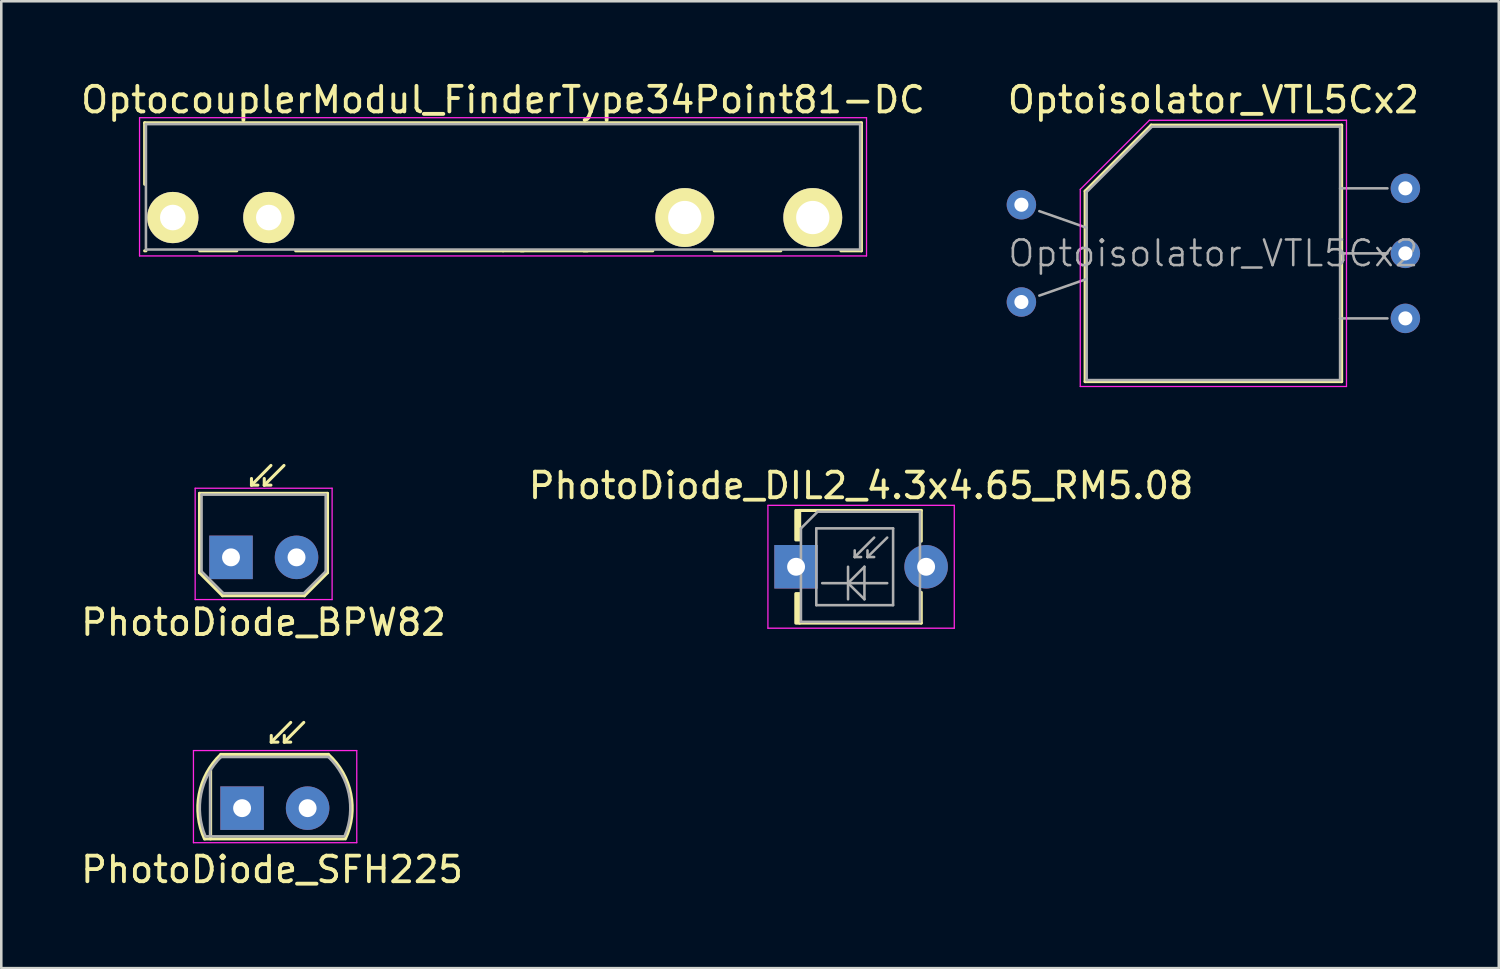
<source format=kicad_pcb>
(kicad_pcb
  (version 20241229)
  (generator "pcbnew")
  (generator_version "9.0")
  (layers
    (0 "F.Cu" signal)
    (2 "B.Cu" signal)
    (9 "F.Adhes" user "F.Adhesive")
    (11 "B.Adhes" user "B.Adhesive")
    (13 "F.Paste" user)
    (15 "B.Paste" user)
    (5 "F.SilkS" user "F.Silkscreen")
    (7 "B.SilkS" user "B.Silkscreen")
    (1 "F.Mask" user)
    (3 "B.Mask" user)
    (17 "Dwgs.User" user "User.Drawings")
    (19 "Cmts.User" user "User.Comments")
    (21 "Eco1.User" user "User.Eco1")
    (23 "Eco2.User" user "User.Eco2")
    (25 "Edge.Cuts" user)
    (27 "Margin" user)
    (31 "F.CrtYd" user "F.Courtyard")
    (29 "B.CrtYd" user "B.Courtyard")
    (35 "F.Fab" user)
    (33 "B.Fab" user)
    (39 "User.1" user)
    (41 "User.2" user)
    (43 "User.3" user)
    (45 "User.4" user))
  (footprint "OptocouplerModul_FinderType34Point81-DC"
    (layer "F.Cu")
    (at 7.451 5.448)
    (property "Reference" "OptocouplerModul_FinderType34Point81-DC" (at 9.15 -4.6 0) (layer "F.SilkS") (effects (font (size 1 1) (thickness 0.15))))
    (attr through_hole)
    (fp_line (start -4.85 -3.7) (end -4.85 -1.3) (stroke (width 0.12) (type solid)) (layer "F.SilkS"))
    (fp_line (start -4.85 1.3) (end -4.8 1.3) (stroke (width 0.12) (type solid)) (layer "F.SilkS"))
    (fp_line (start -2.7 1.3) (end -1.25 1.3) (stroke (width 0.12) (type solid)) (layer "F.SilkS"))
    (fp_line (start 1.05 1.3) (end 9.15 1.3) (stroke (width 0.12) (type solid)) (layer "F.SilkS"))
    (fp_line (start 9.15 1.3) (end 9.95 1.3) (stroke (width 0.12) (type solid)) (layer "F.SilkS"))
    (fp_line (start 12.3 1.3) (end 15 1.3) (stroke (width 0.12) (type solid)) (layer "F.SilkS"))
    (fp_line (start 12.45 1.3) (end 9.85 1.3) (stroke (width 0.12) (type solid)) (layer "F.SilkS"))
    (fp_line (start 17.4 1.3) (end 20 1.3) (stroke (width 0.12) (type solid)) (layer "F.SilkS"))
    (fp_line (start 22.35 1.3) (end 23.15 1.3) (stroke (width 0.12) (type solid)) (layer "F.SilkS"))
    (fp_line (start 23.15 -3.7) (end -4.85 -3.7) (stroke (width 0.12) (type solid)) (layer "F.SilkS"))
    (fp_line (start 23.15 1.3) (end 23.15 -3.7) (stroke (width 0.12) (type solid)) (layer "F.SilkS"))
    (fp_line (start -5.05 -3.9) (end -5.05 1.5) (stroke (width 0.05) (type solid)) (layer "F.CrtYd"))
    (fp_line (start -5.05 -3.9) (end 23.35 -3.9) (stroke (width 0.05) (type solid)) (layer "F.CrtYd"))
    (fp_line (start 23.35 1.5) (end -5.05 1.5) (stroke (width 0.05) (type solid)) (layer "F.CrtYd"))
    (fp_line (start 23.35 1.5) (end 23.35 -3.9) (stroke (width 0.05) (type solid)) (layer "F.CrtYd"))
    (fp_line (start -4.8 -3.65) (end -4.8 1.25) (stroke (width 0.1) (type solid)) (layer "F.Fab"))
    (fp_line (start -4.8 1.25) (end 23.1 1.25) (stroke (width 0.1) (type solid)) (layer "F.Fab"))
    (fp_line (start 23.1 -3.65) (end -4.8 -3.65) (stroke (width 0.1) (type solid)) (layer "F.Fab"))
    (fp_line (start 23.1 1.25) (end 23.1 -3.65) (stroke (width 0.1) (type solid)) (layer "F.Fab"))
    (pad "11" thru_hole circle (at 16.25 0) (size 2.3 2.3) (drill 1.3) (layers "*.Cu" "*.Mask" "F.SilkS"))
    (pad "14" thru_hole circle (at 21.25 0) (size 2.3 2.3) (drill 1.3) (layers "*.Cu" "*.Mask" "F.SilkS"))
    (pad "A1" thru_hole circle (at 0 0) (size 2 2) (drill 1) (layers "*.Cu" "*.Mask" "F.SilkS"))
    (pad "A2" thru_hole circle (at -3.75 0) (size 2 2) (drill 1) (layers "*.Cu" "*.Mask" "F.SilkS")))
  (footprint "PhotoDiode_BPW82"
    (layer "F.Cu")
    (at 5.974 18.723)
    (property "Reference" "PhotoDiode_BPW82" (at 1.27 2.54 0) (layer "F.SilkS") (effects (font (size 1 1) (thickness 0.15))))
    (attr through_hole)
    (fp_line (start -1.23 -2.5) (end -1.23 0.6) (stroke (width 0.12) (type solid)) (layer "F.SilkS"))
    (fp_line (start -1.23 -2.5) (end 3.77 -2.5) (stroke (width 0.12) (type solid)) (layer "F.SilkS"))
    (fp_line (start -1.23 0.6) (end -0.33 1.5) (stroke (width 0.12) (type solid)) (layer "F.SilkS"))
    (fp_line (start -0.33 1.5) (end 2.87 1.5) (stroke (width 0.12) (type solid)) (layer "F.SilkS"))
    (fp_line (start 0.8 -2.82) (end 0.8 -3.08) (stroke (width 0.12) (type solid)) (layer "F.SilkS"))
    (fp_line (start 0.8 -2.82) (end 1.05 -2.82) (stroke (width 0.12) (type solid)) (layer "F.SilkS"))
    (fp_line (start 1.3 -2.82) (end 1.3 -3.08) (stroke (width 0.12) (type solid)) (layer "F.SilkS"))
    (fp_line (start 1.3 -2.82) (end 1.56 -2.82) (stroke (width 0.12) (type solid)) (layer "F.SilkS"))
    (fp_line (start 1.56 -3.59) (end 0.8 -2.82) (stroke (width 0.12) (type solid)) (layer "F.SilkS"))
    (fp_line (start 2.07 -3.59) (end 1.3 -2.82) (stroke (width 0.12) (type solid)) (layer "F.SilkS"))
    (fp_line (start 3.77 -2.5) (end 3.77 0.6) (stroke (width 0.12) (type solid)) (layer "F.SilkS"))
    (fp_line (start 3.77 0.6) (end 2.87 1.5) (stroke (width 0.12) (type solid)) (layer "F.SilkS"))
    (fp_line (start -1.4 -2.7) (end -1.4 1.65) (stroke (width 0.05) (type solid)) (layer "F.CrtYd"))
    (fp_line (start -1.4 -2.7) (end 3.95 -2.7) (stroke (width 0.05) (type solid)) (layer "F.CrtYd"))
    (fp_line (start 3.95 1.65) (end -1.4 1.65) (stroke (width 0.05) (type solid)) (layer "F.CrtYd"))
    (fp_line (start 3.95 1.65) (end 3.95 -2.7) (stroke (width 0.05) (type solid)) (layer "F.CrtYd"))
    (fp_line (start -1.15 -2.45) (end 3.7 -2.45) (stroke (width 0.1) (type solid)) (layer "F.Fab"))
    (fp_line (start -1.15 0.55) (end -1.15 -2.45) (stroke (width 0.1) (type solid)) (layer "F.Fab"))
    (fp_line (start -0.3 1.4) (end -1.15 0.55) (stroke (width 0.1) (type solid)) (layer "F.Fab"))
    (fp_line (start 2.85 1.4) (end -0.3 1.4) (stroke (width 0.1) (type solid)) (layer "F.Fab"))
    (fp_line (start 3.7 -2.45) (end 3.7 0.55) (stroke (width 0.1) (type solid)) (layer "F.Fab"))
    (fp_line (start 3.7 0.55) (end 2.85 1.4) (stroke (width 0.1) (type solid)) (layer "F.Fab"))
    (pad "1" thru_hole rect (at 0 0 180) (size 1.7 1.7) (drill 0.7) (layers "*.Cu" "*.Mask"))
    (pad "2" thru_hole circle (at 2.56 0 180) (size 1.7 1.7) (drill 0.7) (layers "*.Cu" "*.Mask")))
  (footprint "Optoisolator_VTL5Cx2"
    (layer "F.Cu")
    (at 36.851 4.948)
    (property "Reference" "Optoisolator_VTL5Cx2" (at 7.5 -4.1 0) (layer "F.SilkS") (effects (font (size 1 1) (thickness 0.15))))
    (attr through_hole)
    (fp_line (start 2.49 -0.53) (end 2.49 6.91) (stroke (width 0.12) (type solid)) (layer "F.SilkS"))
    (fp_line (start 2.49 6.91) (end 12.51 6.91) (stroke (width 0.12) (type solid)) (layer "F.SilkS"))
    (fp_line (start 5.07 -3.11) (end 2.49 -0.53) (stroke (width 0.12) (type solid)) (layer "F.SilkS"))
    (fp_line (start 12.51 -3.11) (end 5.07 -3.11) (stroke (width 0.12) (type solid)) (layer "F.SilkS"))
    (fp_line (start 12.51 6.91) (end 12.51 -3.11) (stroke (width 0.12) (type solid)) (layer "F.SilkS"))
    (fp_line (start 2.3 -0.6) (end 5 -3.3) (stroke (width 0.05) (type solid)) (layer "F.CrtYd"))
    (fp_line (start 2.3 7.1) (end 2.3 -0.6) (stroke (width 0.05) (type solid)) (layer "F.CrtYd"))
    (fp_line (start 5 -3.3) (end 12.7 -3.3) (stroke (width 0.05) (type solid)) (layer "F.CrtYd"))
    (fp_line (start 12.7 -3.3) (end 12.7 7.1) (stroke (width 0.05) (type solid)) (layer "F.CrtYd"))
    (fp_line (start 12.7 7.1) (end 2.3 7.1) (stroke (width 0.05) (type solid)) (layer "F.CrtYd"))
    (fp_line (start 0.7 0.25) (end 2.55 0.9) (stroke (width 0.1) (type solid)) (layer "F.Fab"))
    (fp_line (start 0.7 3.55) (end 2.55 2.9) (stroke (width 0.1) (type solid)) (layer "F.Fab"))
    (fp_line (start 2.55 6.85) (end 2.55 -0.5) (stroke (width 0.1) (type solid)) (layer "F.Fab"))
    (fp_line (start 5.1 -3.05) (end 2.55 -0.5) (stroke (width 0.1) (type solid)) (layer "F.Fab"))
    (fp_line (start 5.1 -3.05) (end 12.45 -3.05) (stroke (width 0.1) (type solid)) (layer "F.Fab"))
    (fp_line (start 12.45 -3.05) (end 12.45 6.85) (stroke (width 0.1) (type solid)) (layer "F.Fab"))
    (fp_line (start 12.45 6.85) (end 2.55 6.85) (stroke (width 0.1) (type solid)) (layer "F.Fab"))
    (fp_line (start 14.3 -0.64) (end 12.45 -0.64) (stroke (width 0.1) (type solid)) (layer "F.Fab"))
    (fp_line (start 14.3 1.9) (end 12.45 1.9) (stroke (width 0.1) (type solid)) (layer "F.Fab"))
    (fp_line (start 14.3 4.44) (end 12.45 4.44) (stroke (width 0.1) (type solid)) (layer "F.Fab"))
    (fp_text user "${REFERENCE}" (at 7.5 1.9 0) (layer "F.Fab") (effects (font (size 1 1) (thickness 0.1))))
    (pad "1" thru_hole circle (at 0 0) (size 1.15 1.15) (drill 0.55) (layers "*.Cu" "*.Mask"))
    (pad "2" thru_hole circle (at 0 3.8) (size 1.15 1.15) (drill 0.55) (layers "*.Cu" "*.Mask"))
    (pad "3" thru_hole circle (at 15 -0.64) (size 1.15 1.15) (drill 0.55) (layers "*.Cu" "*.Mask"))
    (pad "4" thru_hole circle (at 15 1.9) (size 1.15 1.15) (drill 0.55) (layers "*.Cu" "*.Mask"))
    (pad "5" thru_hole circle (at 15 4.44) (size 1.15 1.15) (drill 0.55) (layers "*.Cu" "*.Mask")))
  (footprint "PhotoDiode_DIL2_4.3x4.65_RM5.08"
    (layer "F.Cu")
    (at 28.049 19.091)
    (property "Reference" "PhotoDiode_DIL2_4.3x4.65_RM5.08" (at 2.54 -3.17 0) (layer "F.SilkS") (effects (font (size 1 1) (thickness 0.15))))
    (attr through_hole)
    (fp_line (start -0.01 -1.05) (end -0.01 -2.2) (stroke (width 0.12) (type solid)) (layer "F.SilkS"))
    (fp_line (start -0.01 1.05) (end -0.01 2.2) (stroke (width 0.12) (type solid)) (layer "F.SilkS"))
    (fp_line (start 0.04 -2.2) (end 0.04 -1.05) (stroke (width 0.12) (type solid)) (layer "F.SilkS"))
    (fp_line (start 0.04 2.2) (end 0.04 1.05) (stroke (width 0.12) (type solid)) (layer "F.SilkS"))
    (fp_line (start 0.09 -2.2) (end 0.09 -1.05) (stroke (width 0.12) (type solid)) (layer "F.SilkS"))
    (fp_line (start 0.09 1.05) (end 0.09 2.2) (stroke (width 0.12) (type solid)) (layer "F.SilkS"))
    (fp_line (start 0.14 -2.2) (end 4.89 -2.2) (stroke (width 0.12) (type solid)) (layer "F.SilkS"))
    (fp_line (start 0.14 -1.05) (end 0.14 -2.2) (stroke (width 0.12) (type solid)) (layer "F.SilkS"))
    (fp_line (start 0.14 2.2) (end 0.14 1.05) (stroke (width 0.12) (type solid)) (layer "F.SilkS"))
    (fp_line (start 4.89 -2.2) (end 4.89 -1) (stroke (width 0.12) (type solid)) (layer "F.SilkS"))
    (fp_line (start 4.89 1) (end 4.89 2.2) (stroke (width 0.12) (type solid)) (layer "F.SilkS"))
    (fp_line (start 4.89 2.2) (end 0.14 2.2) (stroke (width 0.12) (type solid)) (layer "F.SilkS"))
    (fp_line (start -1.1 -2.4) (end -1.1 2.4) (stroke (width 0.05) (type solid)) (layer "F.CrtYd"))
    (fp_line (start -1.1 -2.4) (end 6.18 -2.4) (stroke (width 0.05) (type solid)) (layer "F.CrtYd"))
    (fp_line (start 6.18 2.4) (end -1.1 2.4) (stroke (width 0.05) (type solid)) (layer "F.CrtYd"))
    (fp_line (start 6.18 2.4) (end 6.18 -2.4) (stroke (width 0.05) (type solid)) (layer "F.CrtYd"))
    (fp_line (start 0.19 -1.5) (end 0.84 -2.15) (stroke (width 0.1) (type solid)) (layer "F.Fab"))
    (fp_line (start 0.19 2.15) (end 0.19 -1.5) (stroke (width 0.1) (type solid)) (layer "F.Fab"))
    (fp_line (start 0.79 -1.5) (end 0.79 1.5) (stroke (width 0.1) (type solid)) (layer "F.Fab"))
    (fp_line (start 0.79 1.5) (end 3.79 1.5) (stroke (width 0.1) (type solid)) (layer "F.Fab"))
    (fp_line (start 0.84 -2.15) (end 4.84 -2.15) (stroke (width 0.1) (type solid)) (layer "F.Fab"))
    (fp_line (start 1.02 0.64) (end 3.56 0.64) (stroke (width 0.1) (type solid)) (layer "F.Fab"))
    (fp_line (start 2.03 0) (end 2.03 1.27) (stroke (width 0.1) (type solid)) (layer "F.Fab"))
    (fp_line (start 2.03 0.64) (end 2.67 0) (stroke (width 0.1) (type solid)) (layer "F.Fab"))
    (fp_line (start 2.29 -0.38) (end 2.29 -0.64) (stroke (width 0.1) (type solid)) (layer "F.Fab"))
    (fp_line (start 2.29 -0.38) (end 2.54 -0.38) (stroke (width 0.1) (type solid)) (layer "F.Fab"))
    (fp_line (start 2.67 0) (end 2.67 1.27) (stroke (width 0.1) (type solid)) (layer "F.Fab"))
    (fp_line (start 2.67 1.27) (end 2.03 0.64) (stroke (width 0.1) (type solid)) (layer "F.Fab"))
    (fp_line (start 2.79 -0.38) (end 2.79 -0.64) (stroke (width 0.1) (type solid)) (layer "F.Fab"))
    (fp_line (start 2.79 -0.38) (end 3.05 -0.38) (stroke (width 0.1) (type solid)) (layer "F.Fab"))
    (fp_line (start 3.05 -1.14) (end 2.29 -0.38) (stroke (width 0.1) (type solid)) (layer "F.Fab"))
    (fp_line (start 3.56 -1.14) (end 2.79 -0.38) (stroke (width 0.1) (type solid)) (layer "F.Fab"))
    (fp_line (start 3.79 -1.5) (end 0.79 -1.5) (stroke (width 0.1) (type solid)) (layer "F.Fab"))
    (fp_line (start 3.79 1.5) (end 3.79 -1.5) (stroke (width 0.1) (type solid)) (layer "F.Fab"))
    (fp_line (start 4.84 -2.15) (end 4.84 2.15) (stroke (width 0.1) (type solid)) (layer "F.Fab"))
    (fp_line (start 4.84 2.15) (end 0.19 2.15) (stroke (width 0.1) (type solid)) (layer "F.Fab"))
    (pad "1" thru_hole rect (at 0 0 180) (size 1.7 1.7) (drill 0.7) (layers "*.Cu" "*.Mask"))
    (pad "2" thru_hole circle (at 5.08 0 180) (size 1.7 1.7) (drill 0.7) (layers "*.Cu" "*.Mask")))
  (footprint "PhotoDiode_SFH225"
    (layer "F.Cu")
    (at 6.407 28.521)
    (property "Reference" "PhotoDiode_SFH225" (at 1.17 2.4 0) (layer "F.SilkS") (effects (font (size 1 1) (thickness 0.15))))
    (attr through_hole)
    (fp_line (start -1.23 -1.5) (end -1.23 1.2) (stroke (width 0.12) (type solid)) (layer "F.SilkS"))
    (fp_line (start -0.83 -2.1) (end 3.37 -2.1) (stroke (width 0.12) (type solid)) (layer "F.SilkS"))
    (fp_line (start 1.14 -2.58) (end 1.14 -2.84) (stroke (width 0.12) (type solid)) (layer "F.SilkS"))
    (fp_line (start 1.14 -2.58) (end 1.4 -2.58) (stroke (width 0.12) (type solid)) (layer "F.SilkS"))
    (fp_line (start 1.65 -2.58) (end 1.65 -2.84) (stroke (width 0.12) (type solid)) (layer "F.SilkS"))
    (fp_line (start 1.65 -2.58) (end 1.9 -2.58) (stroke (width 0.12) (type solid)) (layer "F.SilkS"))
    (fp_line (start 1.9 -3.35) (end 1.14 -2.58) (stroke (width 0.12) (type solid)) (layer "F.SilkS"))
    (fp_line (start 2.41 -3.35) (end 1.65 -2.58) (stroke (width 0.12) (type solid)) (layer "F.SilkS"))
    (fp_line (start 3.97 1.2) (end -1.43 1.2) (stroke (width 0.12) (type solid)) (layer "F.SilkS"))
    (fp_arc (start -1.466725 1.207344) (mid -1.677707 -0.548237) (end -0.83 -2.1) (stroke (width 0.12) (type solid)) (layer "F.SilkS"))
    (fp_arc (start 3.37 -2.1) (mid 4.246456 -0.557936) (end 4.033746 1.202998) (stroke (width 0.12) (type solid)) (layer "F.SilkS"))
    (fp_line (start -1.9 -2.25) (end -1.9 1.35) (stroke (width 0.05) (type solid)) (layer "F.CrtYd"))
    (fp_line (start -1.9 -2.25) (end 4.48 -2.25) (stroke (width 0.05) (type solid)) (layer "F.CrtYd"))
    (fp_line (start 4.48 1.35) (end -1.9 1.35) (stroke (width 0.05) (type solid)) (layer "F.CrtYd"))
    (fp_line (start 4.48 1.35) (end 4.48 -2.25) (stroke (width 0.05) (type solid)) (layer "F.CrtYd"))
    (fp_line (start -1.43 1.1) (end 3.97 1.1) (stroke (width 0.1) (type solid)) (layer "F.Fab"))
    (fp_line (start -1.25 1.05) (end -1.25 -1.4) (stroke (width 0.1) (type solid)) (layer "F.Fab"))
    (fp_line (start 3.37 -2) (end -0.83 -2) (stroke (width 0.1) (type solid)) (layer "F.Fab"))
    (fp_arc (start -1.43 1.1) (mid -1.598219 -0.554044) (end -0.806363 -2.015934) (stroke (width 0.1) (type solid)) (layer "F.Fab"))
    (fp_arc (start 3.37 -2) (mid 4.171123 -0.5603) (end 4.008738 1.079262) (stroke (width 0.1) (type solid)) (layer "F.Fab"))
    (pad "1" thru_hole rect (at 0 0 180) (size 1.7 1.7) (drill 0.7) (layers "*.Cu" "*.Mask"))
    (pad "2" thru_hole circle (at 2.56 0 180) (size 1.7 1.7) (drill 0.7) (layers "*.Cu" "*.Mask")))
  (gr_rect
    (start -3 -3)
    (end 55.5 34.77)
    (stroke (width 0.1) (type default))
    (fill no)
    (layer "Edge.Cuts")))
</source>
